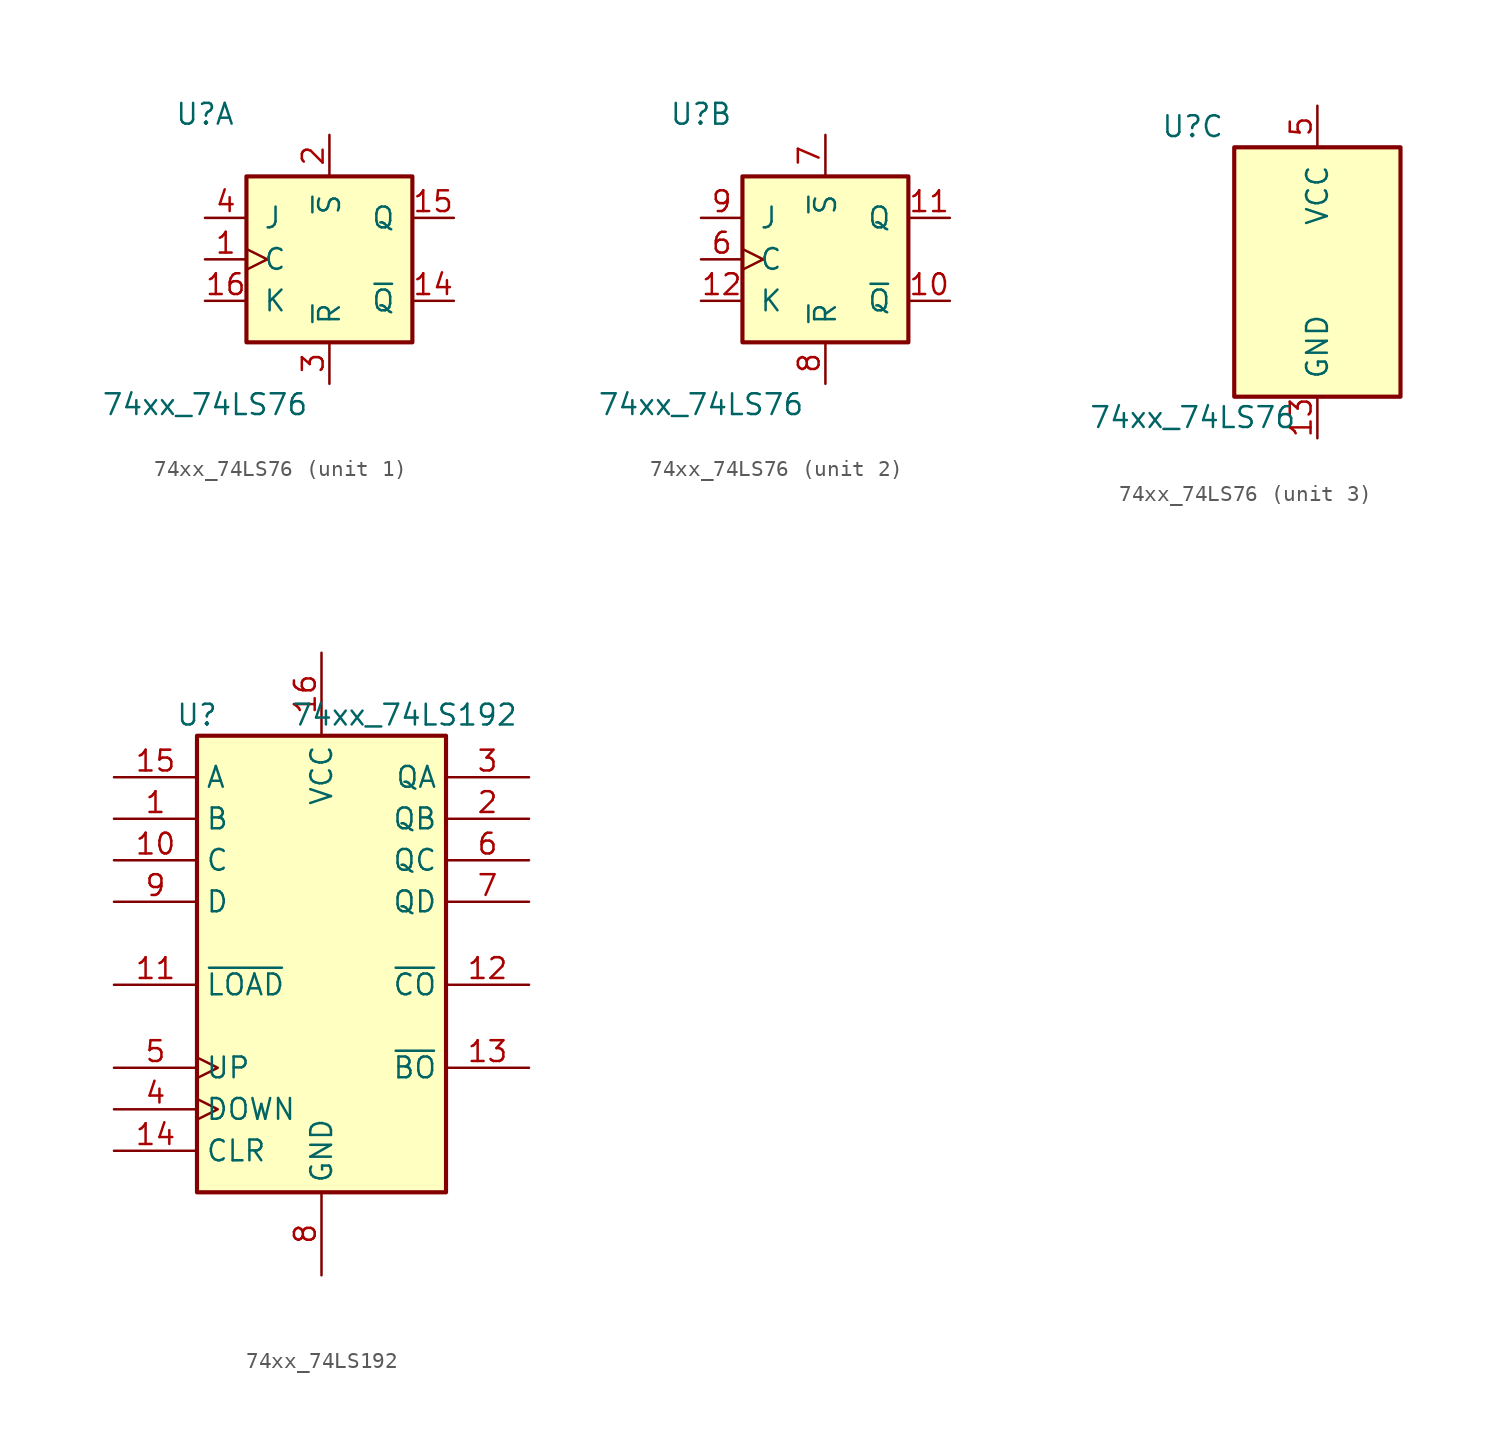
<source format=kicad_sym>
(kicad_symbol_lib
  (version 20220914)
  (generator kicad_symbol_editor)
  (symbol "74xx_74LS76"
    (pin_names
      (offset 1.016))
    (property "Reference" "U"
      (at -7.62 8.89 0)
      (effects (font (size 1.27 1.27))))
    (property "Value" "74xx_74LS76"
      (at -7.62 -8.89 0)
      (effects (font (size 1.27 1.27))))
    (property "ki_locked" ""
      (at 0 0 0)
      (effects (font (size 1.27 1.27))))
    (symbol "74xx_74LS76_1_0"
      (pin input clock (at -7.62 0 0) (length 2.54) (name "C" (effects (font (size 1.27 1.27)))) (number "1" (effects (font (size 1.27 1.27)))))
      (pin output line (at 7.62 -2.54 180) (length 2.54) (name "~{Q}" (effects (font (size 1.27 1.27)))) (number "14" (effects (font (size 1.27 1.27)))))
      (pin output line (at 7.62 2.54 180) (length 2.54) (name "Q" (effects (font (size 1.27 1.27)))) (number "15" (effects (font (size 1.27 1.27)))))
      (pin input line (at -7.62 -2.54 0) (length 2.54) (name "K" (effects (font (size 1.27 1.27)))) (number "16" (effects (font (size 1.27 1.27)))))
      (pin input line (at 0 7.62 270) (length 2.54) (name "~{S}" (effects (font (size 1.27 1.27)))) (number "2" (effects (font (size 1.27 1.27)))))
      (pin input line (at 0 -7.62 90) (length 2.54) (name "~{R}" (effects (font (size 1.27 1.27)))) (number "3" (effects (font (size 1.27 1.27)))))
      (pin input line (at -7.62 2.54 0) (length 2.54) (name "J" (effects (font (size 1.27 1.27)))) (number "4" (effects (font (size 1.27 1.27))))))
    (symbol "74xx_74LS76_1_1"
      (rectangle (start -5.08 5.08) (end 5.08 -5.08) (stroke (width 0.254) (type solid)) (fill (type background))))
    (symbol "74xx_74LS76_2_0"
      (pin output line (at 7.62 -2.54 180) (length 2.54) (name "~{Q}" (effects (font (size 1.27 1.27)))) (number "10" (effects (font (size 1.27 1.27)))))
      (pin output line (at 7.62 2.54 180) (length 2.54) (name "Q" (effects (font (size 1.27 1.27)))) (number "11" (effects (font (size 1.27 1.27)))))
      (pin input line (at -7.62 -2.54 0) (length 2.54) (name "K" (effects (font (size 1.27 1.27)))) (number "12" (effects (font (size 1.27 1.27)))))
      (pin input clock (at -7.62 0 0) (length 2.54) (name "C" (effects (font (size 1.27 1.27)))) (number "6" (effects (font (size 1.27 1.27)))))
      (pin input line (at 0 7.62 270) (length 2.54) (name "~{S}" (effects (font (size 1.27 1.27)))) (number "7" (effects (font (size 1.27 1.27)))))
      (pin input line (at 0 -7.62 90) (length 2.54) (name "~{R}" (effects (font (size 1.27 1.27)))) (number "8" (effects (font (size 1.27 1.27)))))
      (pin input line (at -7.62 2.54 0) (length 2.54) (name "J" (effects (font (size 1.27 1.27)))) (number "9" (effects (font (size 1.27 1.27))))))
    (symbol "74xx_74LS76_2_1"
      (rectangle (start -5.08 5.08) (end 5.08 -5.08) (stroke (width 0.254) (type solid)) (fill (type background))))
    (symbol "74xx_74LS76_3_0"
      (pin power_in line (at 0 -10.16 90) (length 2.54) (name "GND" (effects (font (size 1.27 1.27)))) (number "13" (effects (font (size 1.27 1.27)))))
      (pin power_in line (at 0 10.16 270) (length 2.54) (name "VCC" (effects (font (size 1.27 1.27)))) (number "5" (effects (font (size 1.27 1.27))))))
    (symbol "74xx_74LS76_3_1"
      (rectangle (start -5.08 7.62) (end 5.08 -7.62) (stroke (width 0.254) (type solid)) (fill (type background)))))
  (symbol "74xx_74LS192"
    (property "Reference" "U"
      (at -7.62 13.97 0)
      (effects (font (size 1.27 1.27))))
    (property "Value" "74xx_74LS192"
      (at 5.08 13.97 0)
      (effects (font (size 1.27 1.27))))
    (symbol "74xx_74LS192_1_0"
      (pin input line (at -12.7 7.62 0) (length 5.08) (name "B" (effects (font (size 1.27 1.27)))) (number "1" (effects (font (size 1.27 1.27)))))
      (pin input line (at -12.7 5.08 0) (length 5.08) (name "C" (effects (font (size 1.27 1.27)))) (number "10" (effects (font (size 1.27 1.27)))))
      (pin input line (at -12.7 -2.54 0) (length 5.08) (name "~{LOAD}" (effects (font (size 1.27 1.27)))) (number "11" (effects (font (size 1.27 1.27)))))
      (pin output line (at 12.7 -2.54 180) (length 5.08) (name "~{CO}" (effects (font (size 1.27 1.27)))) (number "12" (effects (font (size 1.27 1.27)))))
      (pin output line (at 12.7 -7.62 180) (length 5.08) (name "~{BO}" (effects (font (size 1.27 1.27)))) (number "13" (effects (font (size 1.27 1.27)))))
      (pin input line (at -12.7 -12.7 0) (length 5.08) (name "CLR" (effects (font (size 1.27 1.27)))) (number "14" (effects (font (size 1.27 1.27)))))
      (pin input line (at -12.7 10.16 0) (length 5.08) (name "A" (effects (font (size 1.27 1.27)))) (number "15" (effects (font (size 1.27 1.27)))))
      (pin power_in line (at 0 17.78 270) (length 5.08) (name "VCC" (effects (font (size 1.27 1.27)))) (number "16" (effects (font (size 1.27 1.27)))))
      (pin output line (at 12.7 7.62 180) (length 5.08) (name "QB" (effects (font (size 1.27 1.27)))) (number "2" (effects (font (size 1.27 1.27)))))
      (pin output line (at 12.7 10.16 180) (length 5.08) (name "QA" (effects (font (size 1.27 1.27)))) (number "3" (effects (font (size 1.27 1.27)))))
      (pin input clock (at -12.7 -10.16 0) (length 5.08) (name "DOWN" (effects (font (size 1.27 1.27)))) (number "4" (effects (font (size 1.27 1.27)))))
      (pin input clock (at -12.7 -7.62 0) (length 5.08) (name "UP" (effects (font (size 1.27 1.27)))) (number "5" (effects (font (size 1.27 1.27)))))
      (pin output line (at 12.7 5.08 180) (length 5.08) (name "QC" (effects (font (size 1.27 1.27)))) (number "6" (effects (font (size 1.27 1.27)))))
      (pin output line (at 12.7 2.54 180) (length 5.08) (name "QD" (effects (font (size 1.27 1.27)))) (number "7" (effects (font (size 1.27 1.27)))))
      (pin power_in line (at 0 -20.32 90) (length 5.08) (name "GND" (effects (font (size 1.27 1.27)))) (number "8" (effects (font (size 1.27 1.27)))))
      (pin input line (at -12.7 2.54 0) (length 5.08) (name "D" (effects (font (size 1.27 1.27)))) (number "9" (effects (font (size 1.27 1.27))))))
    (symbol "74xx_74LS192_1_1"
      (rectangle (start -7.62 12.7) (end 7.62 -15.24) (stroke (width 0.254) (type solid)) (fill (type background))))))
</source>
